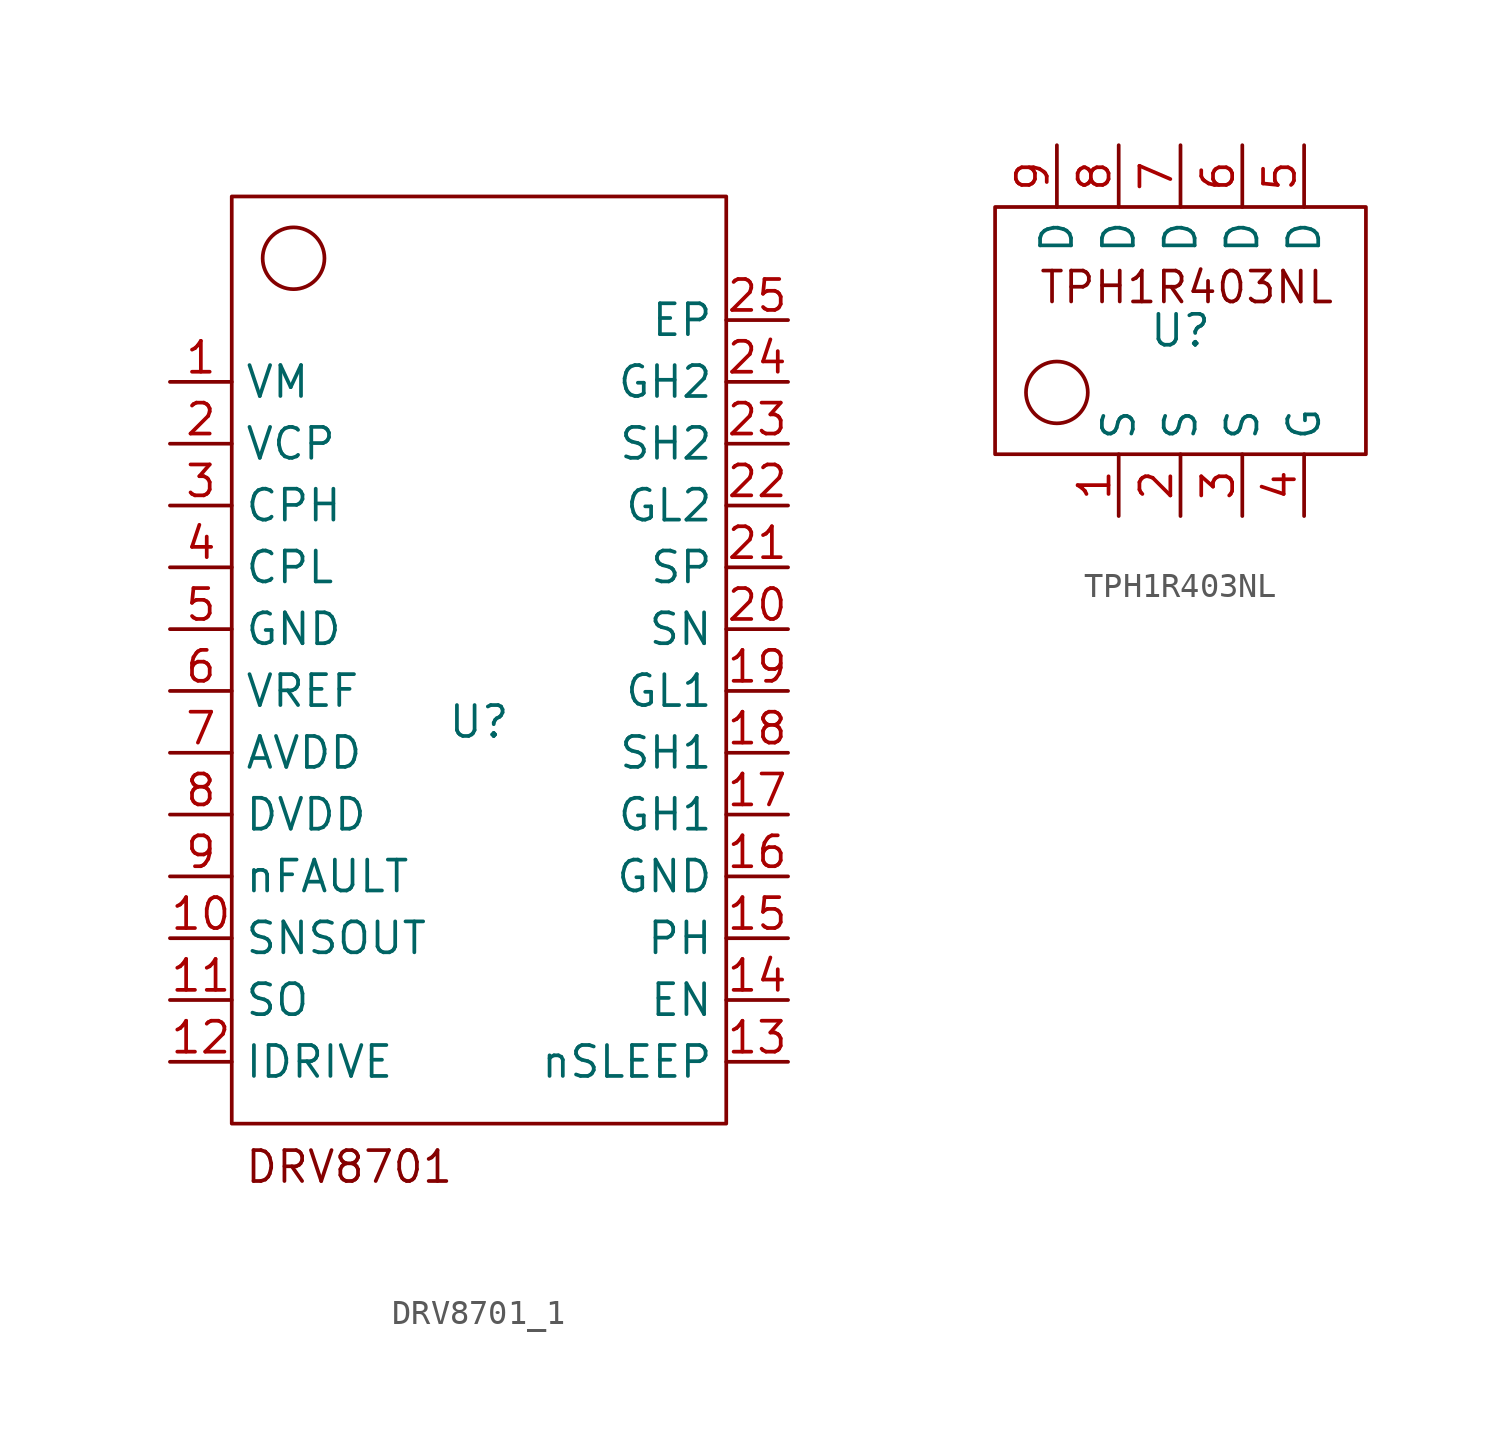
<source format=kicad_sym>
(kicad_symbol_lib
  (version 20241209)
  (generator "kicad_symbol_editor")
  (generator_version "9.0")
  (symbol "DRV8701_1"
    (property "Reference" "U"
      (at 0 -2.54 0)
      (effects (font (size 1.27 1.27))))
    (property "Value" ""
      (at 0 0 0)
      (effects (font (size 1.27 1.27))))
    (symbol "DRV8701_1_0_1"
      (rectangle (start -10.16 19.05) (end 10.16 -19.05) (stroke (width 0) (type default)) (fill (type none)))
      (circle (center -7.62 16.51) (radius 1.27) (stroke (width 0) (type default)) (fill (type none))))
    (symbol "DRV8701_1_1_1"
      (text "DRV8701\n" (at -5.334 -20.828 0) (effects (font (size 1.27 1.27))))
      (pin power_in line (at -12.7 11.43 0) (length 2.54) (name "VM" (effects (font (size 1.27 1.27)))) (number "1" (effects (font (size 1.27 1.27)))))
      (pin input line (at -12.7 8.89 0) (length 2.54) (name "VCP" (effects (font (size 1.27 1.27)))) (number "2" (effects (font (size 1.27 1.27)))))
      (pin input line (at -12.7 6.35 0) (length 2.54) (name "CPH" (effects (font (size 1.27 1.27)))) (number "3" (effects (font (size 1.27 1.27)))))
      (pin input line (at -12.7 3.81 0) (length 2.54) (name "CPL" (effects (font (size 1.27 1.27)))) (number "4" (effects (font (size 1.27 1.27)))))
      (pin power_in line (at -12.7 1.27 0) (length 2.54) (name "GND" (effects (font (size 1.27 1.27)))) (number "5" (effects (font (size 1.27 1.27)))))
      (pin input line (at -12.7 -1.27 0) (length 2.54) (name "VREF" (effects (font (size 1.27 1.27)))) (number "6" (effects (font (size 1.27 1.27)))))
      (pin input line (at -12.7 -3.81 0) (length 2.54) (name "AVDD" (effects (font (size 1.27 1.27)))) (number "7" (effects (font (size 1.27 1.27)))))
      (pin input line (at -12.7 -6.35 0) (length 2.54) (name "DVDD" (effects (font (size 1.27 1.27)))) (number "8" (effects (font (size 1.27 1.27)))))
      (pin input line (at -12.7 -8.89 0) (length 2.54) (name "nFAULT" (effects (font (size 1.27 1.27)))) (number "9" (effects (font (size 1.27 1.27)))))
      (pin input line (at -12.7 -11.43 0) (length 2.54) (name "SNSOUT" (effects (font (size 1.27 1.27)))) (number "10" (effects (font (size 1.27 1.27)))))
      (pin input line (at -12.7 -13.97 0) (length 2.54) (name "SO" (effects (font (size 1.27 1.27)))) (number "11" (effects (font (size 1.27 1.27)))))
      (pin input line (at -12.7 -16.51 0) (length 2.54) (name "IDRIVE" (effects (font (size 1.27 1.27)))) (number "12" (effects (font (size 1.27 1.27)))))
      (pin input line (at 12.7 13.97 180) (length 2.54) (name "EP" (effects (font (size 1.27 1.27)))) (number "25" (effects (font (size 1.27 1.27)))))
      (pin output line (at 12.7 11.43 180) (length 2.54) (name "GH2" (effects (font (size 1.27 1.27)))) (number "24" (effects (font (size 1.27 1.27)))))
      (pin input line (at 12.7 8.89 180) (length 2.54) (name "SH2" (effects (font (size 1.27 1.27)))) (number "23" (effects (font (size 1.27 1.27)))))
      (pin output line (at 12.7 6.35 180) (length 2.54) (name "GL2" (effects (font (size 1.27 1.27)))) (number "22" (effects (font (size 1.27 1.27)))))
      (pin input line (at 12.7 3.81 180) (length 2.54) (name "SP" (effects (font (size 1.27 1.27)))) (number "21" (effects (font (size 1.27 1.27)))))
      (pin input line (at 12.7 1.27 180) (length 2.54) (name "SN" (effects (font (size 1.27 1.27)))) (number "20" (effects (font (size 1.27 1.27)))))
      (pin output line (at 12.7 -1.27 180) (length 2.54) (name "GL1" (effects (font (size 1.27 1.27)))) (number "19" (effects (font (size 1.27 1.27)))))
      (pin input line (at 12.7 -3.81 180) (length 2.54) (name "SH1" (effects (font (size 1.27 1.27)))) (number "18" (effects (font (size 1.27 1.27)))))
      (pin output line (at 12.7 -6.35 180) (length 2.54) (name "GH1" (effects (font (size 1.27 1.27)))) (number "17" (effects (font (size 1.27 1.27)))))
      (pin power_in line (at 12.7 -8.89 180) (length 2.54) (name "GND" (effects (font (size 1.27 1.27)))) (number "16" (effects (font (size 1.27 1.27)))))
      (pin bidirectional line (at 12.7 -11.43 180) (length 2.54) (name "PH" (effects (font (size 1.27 1.27)))) (number "15" (effects (font (size 1.27 1.27)))))
      (pin bidirectional line (at 12.7 -13.97 180) (length 2.54) (name "EN" (effects (font (size 1.27 1.27)))) (number "14" (effects (font (size 1.27 1.27)))))
      (pin bidirectional line (at 12.7 -16.51 180) (length 2.54) (name "nSLEEP" (effects (font (size 1.27 1.27)))) (number "13" (effects (font (size 1.27 1.27)))))))
  (symbol "TPH1R403NL"
    (property "Reference" "U"
      (at 0 0 0)
      (effects (font (size 1.27 1.27))))
    (property "Value" ""
      (at 0 0 0)
      (effects (font (size 1.27 1.27))))
    (symbol "TPH1R403NL_0_1"
      (rectangle (start -7.62 5.08) (end 7.62 -5.08) (stroke (width 0) (type default)) (fill (type none)))
      (circle (center -5.08 -2.54) (radius 1.27) (stroke (width 0) (type default)) (fill (type none))))
    (symbol "TPH1R403NL_1_1"
      (text "TPH1R403NL\n" (at 0.254 1.778 0) (effects (font (size 1.27 1.27))))
      (pin input line (at -5.08 7.62 270) (length 2.54) (name "D" (effects (font (size 1.27 1.27)))) (number "9" (effects (font (size 1.27 1.27)))))
      (pin input line (at -2.54 7.62 270) (length 2.54) (name "D" (effects (font (size 1.27 1.27)))) (number "8" (effects (font (size 1.27 1.27)))))
      (pin input line (at -2.54 -7.62 90) (length 2.54) (name "S" (effects (font (size 1.27 1.27)))) (number "1" (effects (font (size 1.27 1.27)))))
      (pin input line (at 0 7.62 270) (length 2.54) (name "D" (effects (font (size 1.27 1.27)))) (number "7" (effects (font (size 1.27 1.27)))))
      (pin input line (at 0 -7.62 90) (length 2.54) (name "S" (effects (font (size 1.27 1.27)))) (number "2" (effects (font (size 1.27 1.27)))))
      (pin input line (at 2.54 7.62 270) (length 2.54) (name "D" (effects (font (size 1.27 1.27)))) (number "6" (effects (font (size 1.27 1.27)))))
      (pin input line (at 2.54 -7.62 90) (length 2.54) (name "S" (effects (font (size 1.27 1.27)))) (number "3" (effects (font (size 1.27 1.27)))))
      (pin input line (at 5.08 7.62 270) (length 2.54) (name "D" (effects (font (size 1.27 1.27)))) (number "5" (effects (font (size 1.27 1.27)))))
      (pin input line (at 5.08 -7.62 90) (length 2.54) (name "G" (effects (font (size 1.27 1.27)))) (number "4" (effects (font (size 1.27 1.27))))))))
</source>
